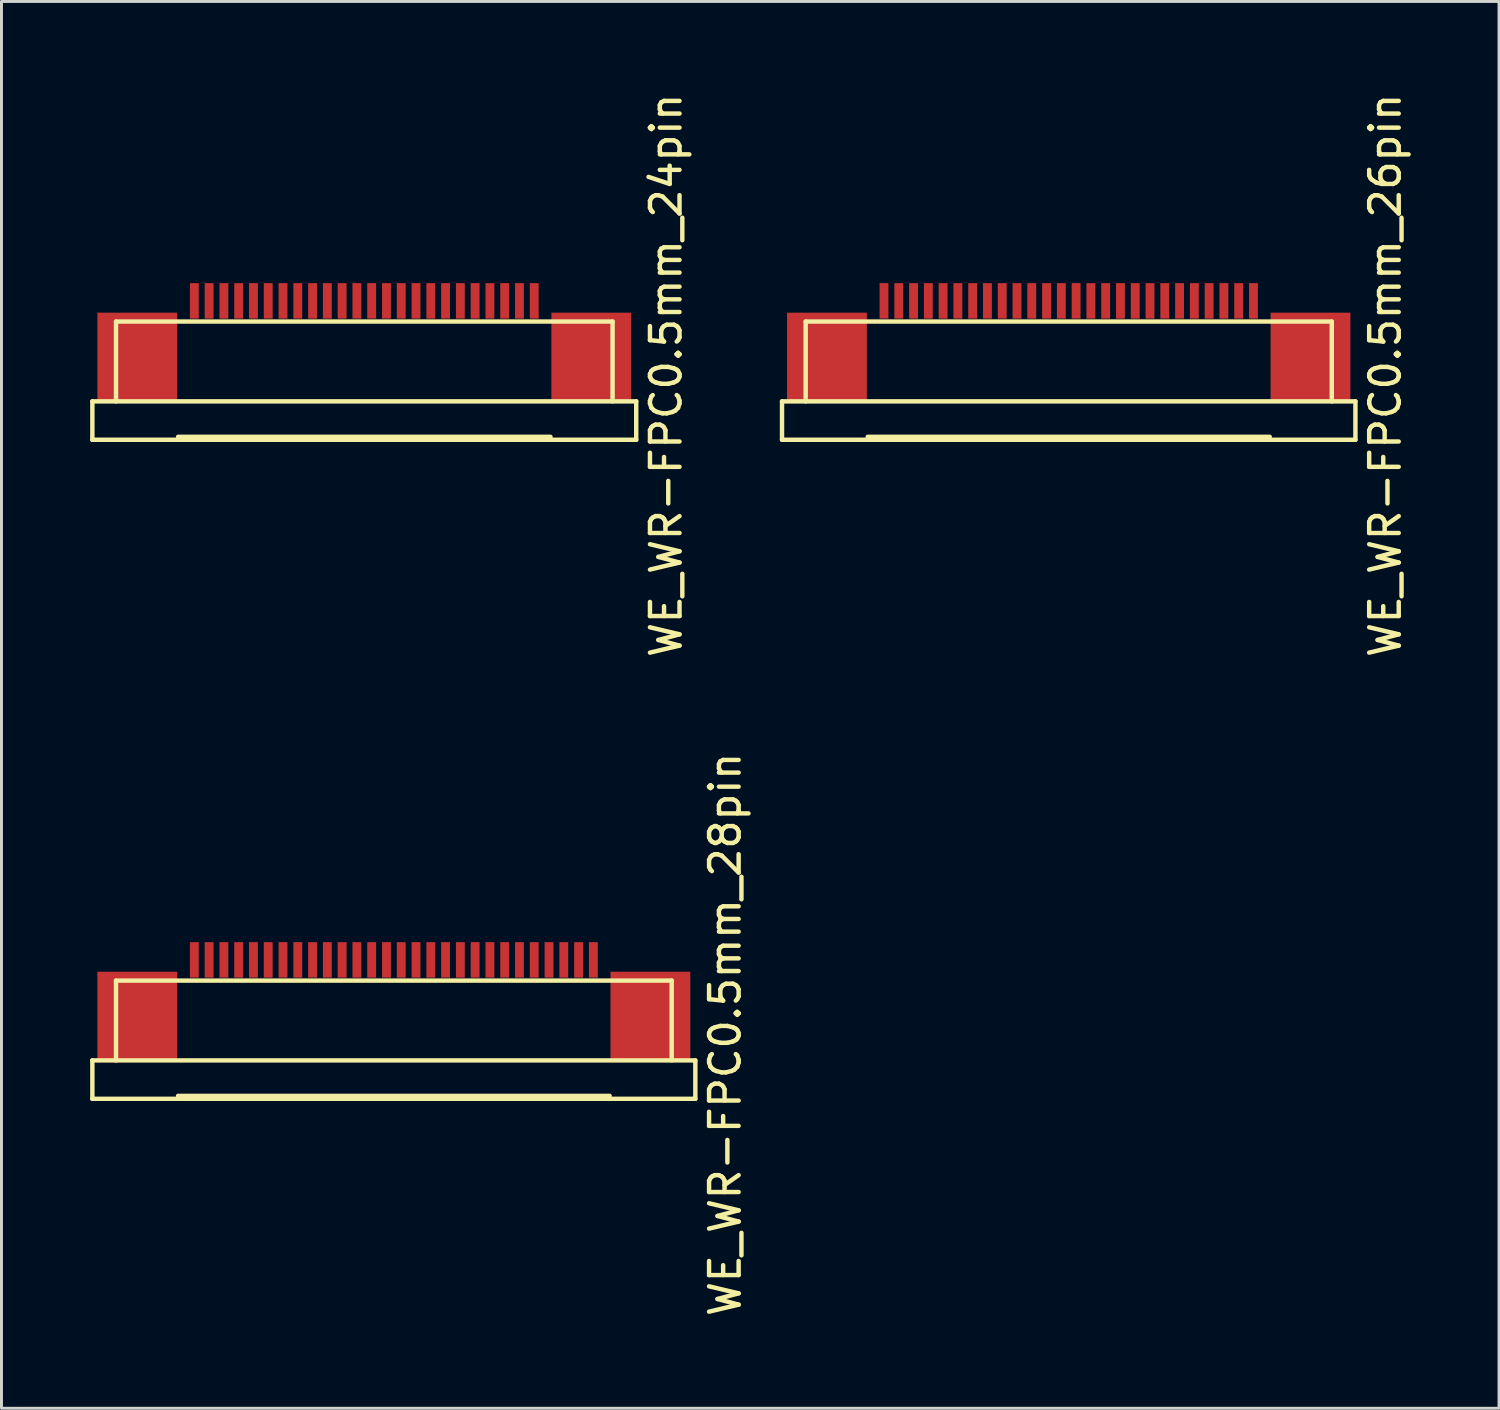
<source format=kicad_pcb>
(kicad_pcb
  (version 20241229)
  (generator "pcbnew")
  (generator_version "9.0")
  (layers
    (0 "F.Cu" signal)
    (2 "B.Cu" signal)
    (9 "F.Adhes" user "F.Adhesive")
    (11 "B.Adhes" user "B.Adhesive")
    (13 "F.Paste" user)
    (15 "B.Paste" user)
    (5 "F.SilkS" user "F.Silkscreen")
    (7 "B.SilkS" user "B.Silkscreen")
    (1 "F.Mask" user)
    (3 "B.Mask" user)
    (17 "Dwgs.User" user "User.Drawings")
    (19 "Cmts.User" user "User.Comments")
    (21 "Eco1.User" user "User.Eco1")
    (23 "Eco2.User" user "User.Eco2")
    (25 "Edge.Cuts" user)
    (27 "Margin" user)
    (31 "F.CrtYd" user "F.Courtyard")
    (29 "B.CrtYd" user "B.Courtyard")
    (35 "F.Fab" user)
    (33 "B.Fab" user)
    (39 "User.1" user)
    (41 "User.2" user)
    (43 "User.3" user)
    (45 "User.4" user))
  (footprint "WE_WR-FPC0.5mm_24pin"
    (layer "F.Cu")
    (at 9.275 7.129)
    (property "Reference" "WE_WR-FPC0.5mm_24pin" (at 10.21 2.52 90) (layer "F.SilkS") (effects (font (size 1 1) (thickness 0.15))))
    (attr through_hole)
    (fp_line (start -9.2 3.4) (end -9.2 4.7) (stroke (width 0.15) (type solid)) (layer "F.SilkS"))
    (fp_line (start -9.2 3.4) (end 9.2 3.4) (stroke (width 0.15) (type solid)) (layer "F.SilkS"))
    (fp_line (start -9.2 4.7) (end 9.2 4.7) (stroke (width 0.15) (type solid)) (layer "F.SilkS"))
    (fp_line (start -8.4 0.7) (end 8.4 0.7) (stroke (width 0.15) (type solid)) (layer "F.SilkS"))
    (fp_line (start -8.4 3.4) (end -8.4 0.7) (stroke (width 0.15) (type solid)) (layer "F.SilkS"))
    (fp_line (start -6.3 4.6) (end 6.3 4.6) (stroke (width 0.15) (type solid)) (layer "F.SilkS"))
    (fp_line (start 8.4 0.7) (end 8.4 3.4) (stroke (width 0.15) (type solid)) (layer "F.SilkS"))
    (fp_line (start 9.2 3.4) (end 9.2 4.7) (stroke (width 0.15) (type solid)) (layer "F.SilkS"))
    (pad "" smd rect (at -7.68 1.9) (size 2.7 3) (layers "F.Cu" "F.Mask" "F.Paste"))
    (pad "" smd rect (at 7.68 1.9) (size 2.7 3) (layers "F.Cu" "F.Mask" "F.Paste"))
    (pad "1" smd rect (at -5.75 0) (size 0.3 1.2) (layers "F.Cu" "F.Mask" "F.Paste"))
    (pad "2" smd rect (at -5.25 0) (size 0.3 1.2) (layers "F.Cu" "F.Mask" "F.Paste"))
    (pad "3" smd rect (at -4.75 0) (size 0.3 1.2) (layers "F.Cu" "F.Mask" "F.Paste"))
    (pad "4" smd rect (at -4.25 0) (size 0.3 1.2) (layers "F.Cu" "F.Mask" "F.Paste"))
    (pad "5" smd rect (at -3.75 0) (size 0.3 1.2) (layers "F.Cu" "F.Mask" "F.Paste"))
    (pad "6" smd rect (at -3.25 0) (size 0.3 1.2) (layers "F.Cu" "F.Mask" "F.Paste"))
    (pad "7" smd rect (at -2.75 0) (size 0.3 1.2) (layers "F.Cu" "F.Mask" "F.Paste"))
    (pad "8" smd rect (at -2.25 0) (size 0.3 1.2) (layers "F.Cu" "F.Mask" "F.Paste"))
    (pad "9" smd rect (at -1.75 0) (size 0.3 1.2) (layers "F.Cu" "F.Mask" "F.Paste"))
    (pad "10" smd rect (at -1.25 0) (size 0.3 1.2) (layers "F.Cu" "F.Mask" "F.Paste"))
    (pad "11" smd rect (at -0.75 0) (size 0.3 1.2) (layers "F.Cu" "F.Mask" "F.Paste"))
    (pad "12" smd rect (at -0.25 0) (size 0.3 1.2) (layers "F.Cu" "F.Mask" "F.Paste"))
    (pad "13" smd rect (at 0.25 0) (size 0.3 1.2) (layers "F.Cu" "F.Mask" "F.Paste"))
    (pad "14" smd rect (at 0.75 0) (size 0.3 1.2) (layers "F.Cu" "F.Mask" "F.Paste"))
    (pad "15" smd rect (at 1.25 0) (size 0.3 1.2) (layers "F.Cu" "F.Mask" "F.Paste"))
    (pad "16" smd rect (at 1.75 0) (size 0.3 1.2) (layers "F.Cu" "F.Mask" "F.Paste"))
    (pad "17" smd rect (at 2.25 0) (size 0.3 1.2) (layers "F.Cu" "F.Mask" "F.Paste"))
    (pad "18" smd rect (at 2.75 0) (size 0.3 1.2) (layers "F.Cu" "F.Mask" "F.Paste"))
    (pad "19" smd rect (at 3.25 0) (size 0.3 1.2) (layers "F.Cu" "F.Mask" "F.Paste"))
    (pad "20" smd rect (at 3.75 0) (size 0.3 1.2) (layers "F.Cu" "F.Mask" "F.Paste"))
    (pad "21" smd rect (at 4.25 0) (size 0.3 1.2) (layers "F.Cu" "F.Mask" "F.Paste"))
    (pad "22" smd rect (at 4.75 0) (size 0.3 1.2) (layers "F.Cu" "F.Mask" "F.Paste"))
    (pad "23" smd rect (at 5.25 0) (size 0.3 1.2) (layers "F.Cu" "F.Mask" "F.Paste"))
    (pad "24" smd rect (at 5.75 0) (size 0.3 1.2) (layers "F.Cu" "F.Mask" "F.Paste")))
  (footprint "WE_WR-FPC0.5mm_26pin"
    (layer "F.Cu")
    (at 33.108 7.129)
    (property "Reference" "WE_WR-FPC0.5mm_26pin" (at 10.71 2.52 90) (layer "F.SilkS") (effects (font (size 1 1) (thickness 0.15))))
    (attr through_hole)
    (fp_line (start -9.7 3.4) (end -9.7 4.7) (stroke (width 0.15) (type solid)) (layer "F.SilkS"))
    (fp_line (start -9.7 3.4) (end 9.7 3.4) (stroke (width 0.15) (type solid)) (layer "F.SilkS"))
    (fp_line (start -9.7 4.7) (end 9.7 4.7) (stroke (width 0.15) (type solid)) (layer "F.SilkS"))
    (fp_line (start -8.9 0.7) (end 8.9 0.7) (stroke (width 0.15) (type solid)) (layer "F.SilkS"))
    (fp_line (start -8.9 3.4) (end -8.9 0.7) (stroke (width 0.15) (type solid)) (layer "F.SilkS"))
    (fp_line (start -6.8 4.6) (end 6.8 4.6) (stroke (width 0.15) (type solid)) (layer "F.SilkS"))
    (fp_line (start 8.9 0.7) (end 8.9 3.4) (stroke (width 0.15) (type solid)) (layer "F.SilkS"))
    (fp_line (start 9.7 3.4) (end 9.7 4.7) (stroke (width 0.15) (type solid)) (layer "F.SilkS"))
    (pad "" smd rect (at -8.18 1.9) (size 2.7 3) (layers "F.Cu" "F.Mask" "F.Paste"))
    (pad "" smd rect (at 8.18 1.9) (size 2.7 3) (layers "F.Cu" "F.Mask" "F.Paste"))
    (pad "1" smd rect (at -6.25 0) (size 0.3 1.2) (layers "F.Cu" "F.Mask" "F.Paste"))
    (pad "2" smd rect (at -5.75 0) (size 0.3 1.2) (layers "F.Cu" "F.Mask" "F.Paste"))
    (pad "3" smd rect (at -5.25 0) (size 0.3 1.2) (layers "F.Cu" "F.Mask" "F.Paste"))
    (pad "4" smd rect (at -4.75 0) (size 0.3 1.2) (layers "F.Cu" "F.Mask" "F.Paste"))
    (pad "5" smd rect (at -4.25 0) (size 0.3 1.2) (layers "F.Cu" "F.Mask" "F.Paste"))
    (pad "6" smd rect (at -3.75 0) (size 0.3 1.2) (layers "F.Cu" "F.Mask" "F.Paste"))
    (pad "7" smd rect (at -3.25 0) (size 0.3 1.2) (layers "F.Cu" "F.Mask" "F.Paste"))
    (pad "8" smd rect (at -2.75 0) (size 0.3 1.2) (layers "F.Cu" "F.Mask" "F.Paste"))
    (pad "9" smd rect (at -2.25 0) (size 0.3 1.2) (layers "F.Cu" "F.Mask" "F.Paste"))
    (pad "10" smd rect (at -1.75 0) (size 0.3 1.2) (layers "F.Cu" "F.Mask" "F.Paste"))
    (pad "11" smd rect (at -1.25 0) (size 0.3 1.2) (layers "F.Cu" "F.Mask" "F.Paste"))
    (pad "12" smd rect (at -0.75 0) (size 0.3 1.2) (layers "F.Cu" "F.Mask" "F.Paste"))
    (pad "13" smd rect (at -0.25 0) (size 0.3 1.2) (layers "F.Cu" "F.Mask" "F.Paste"))
    (pad "14" smd rect (at 0.25 0) (size 0.3 1.2) (layers "F.Cu" "F.Mask" "F.Paste"))
    (pad "15" smd rect (at 0.75 0) (size 0.3 1.2) (layers "F.Cu" "F.Mask" "F.Paste"))
    (pad "16" smd rect (at 1.25 0) (size 0.3 1.2) (layers "F.Cu" "F.Mask" "F.Paste"))
    (pad "17" smd rect (at 1.75 0) (size 0.3 1.2) (layers "F.Cu" "F.Mask" "F.Paste"))
    (pad "18" smd rect (at 2.25 0) (size 0.3 1.2) (layers "F.Cu" "F.Mask" "F.Paste"))
    (pad "19" smd rect (at 2.75 0) (size 0.3 1.2) (layers "F.Cu" "F.Mask" "F.Paste"))
    (pad "20" smd rect (at 3.25 0) (size 0.3 1.2) (layers "F.Cu" "F.Mask" "F.Paste"))
    (pad "21" smd rect (at 3.75 0) (size 0.3 1.2) (layers "F.Cu" "F.Mask" "F.Paste"))
    (pad "22" smd rect (at 4.25 0) (size 0.3 1.2) (layers "F.Cu" "F.Mask" "F.Paste"))
    (pad "23" smd rect (at 4.75 0) (size 0.3 1.2) (layers "F.Cu" "F.Mask" "F.Paste"))
    (pad "24" smd rect (at 5.25 0) (size 0.3 1.2) (layers "F.Cu" "F.Mask" "F.Paste"))
    (pad "25" smd rect (at 5.75 0) (size 0.3 1.2) (layers "F.Cu" "F.Mask" "F.Paste"))
    (pad "26" smd rect (at 6.25 0) (size 0.3 1.2) (layers "F.Cu" "F.Mask" "F.Paste")))
  (footprint "WE_WR-FPC0.5mm_28pin"
    (layer "F.Cu")
    (at 10.275 29.426)
    (property "Reference" "WE_WR-FPC0.5mm_28pin" (at 11.21 2.52 90) (layer "F.SilkS") (effects (font (size 1 1) (thickness 0.15))))
    (attr through_hole)
    (fp_line (start -10.2 3.4) (end -10.2 4.7) (stroke (width 0.15) (type solid)) (layer "F.SilkS"))
    (fp_line (start -10.2 3.4) (end 10.2 3.4) (stroke (width 0.15) (type solid)) (layer "F.SilkS"))
    (fp_line (start -10.2 4.7) (end 10.2 4.7) (stroke (width 0.15) (type solid)) (layer "F.SilkS"))
    (fp_line (start -9.4 0.7) (end 9.4 0.7) (stroke (width 0.15) (type solid)) (layer "F.SilkS"))
    (fp_line (start -9.4 3.4) (end -9.4 0.7) (stroke (width 0.15) (type solid)) (layer "F.SilkS"))
    (fp_line (start -7.3 4.6) (end 7.3 4.6) (stroke (width 0.15) (type solid)) (layer "F.SilkS"))
    (fp_line (start 9.4 0.7) (end 9.4 3.4) (stroke (width 0.15) (type solid)) (layer "F.SilkS"))
    (fp_line (start 10.2 3.4) (end 10.2 4.7) (stroke (width 0.15) (type solid)) (layer "F.SilkS"))
    (pad "" smd rect (at -8.68 1.9) (size 2.7 3) (layers "F.Cu" "F.Mask" "F.Paste"))
    (pad "" smd rect (at 8.68 1.9) (size 2.7 3) (layers "F.Cu" "F.Mask" "F.Paste"))
    (pad "1" smd rect (at -6.75 0) (size 0.3 1.2) (layers "F.Cu" "F.Mask" "F.Paste"))
    (pad "2" smd rect (at -6.25 0) (size 0.3 1.2) (layers "F.Cu" "F.Mask" "F.Paste"))
    (pad "3" smd rect (at -5.75 0) (size 0.3 1.2) (layers "F.Cu" "F.Mask" "F.Paste"))
    (pad "4" smd rect (at -5.25 0) (size 0.3 1.2) (layers "F.Cu" "F.Mask" "F.Paste"))
    (pad "5" smd rect (at -4.75 0) (size 0.3 1.2) (layers "F.Cu" "F.Mask" "F.Paste"))
    (pad "6" smd rect (at -4.25 0) (size 0.3 1.2) (layers "F.Cu" "F.Mask" "F.Paste"))
    (pad "7" smd rect (at -3.75 0) (size 0.3 1.2) (layers "F.Cu" "F.Mask" "F.Paste"))
    (pad "8" smd rect (at -3.25 0) (size 0.3 1.2) (layers "F.Cu" "F.Mask" "F.Paste"))
    (pad "9" smd rect (at -2.75 0) (size 0.3 1.2) (layers "F.Cu" "F.Mask" "F.Paste"))
    (pad "10" smd rect (at -2.25 0) (size 0.3 1.2) (layers "F.Cu" "F.Mask" "F.Paste"))
    (pad "11" smd rect (at -1.75 0) (size 0.3 1.2) (layers "F.Cu" "F.Mask" "F.Paste"))
    (pad "12" smd rect (at -1.25 0) (size 0.3 1.2) (layers "F.Cu" "F.Mask" "F.Paste"))
    (pad "13" smd rect (at -0.75 0) (size 0.3 1.2) (layers "F.Cu" "F.Mask" "F.Paste"))
    (pad "14" smd rect (at -0.25 0) (size 0.3 1.2) (layers "F.Cu" "F.Mask" "F.Paste"))
    (pad "15" smd rect (at 0.25 0) (size 0.3 1.2) (layers "F.Cu" "F.Mask" "F.Paste"))
    (pad "16" smd rect (at 0.75 0) (size 0.3 1.2) (layers "F.Cu" "F.Mask" "F.Paste"))
    (pad "17" smd rect (at 1.25 0) (size 0.3 1.2) (layers "F.Cu" "F.Mask" "F.Paste"))
    (pad "18" smd rect (at 1.75 0) (size 0.3 1.2) (layers "F.Cu" "F.Mask" "F.Paste"))
    (pad "19" smd rect (at 2.25 0) (size 0.3 1.2) (layers "F.Cu" "F.Mask" "F.Paste"))
    (pad "20" smd rect (at 2.75 0) (size 0.3 1.2) (layers "F.Cu" "F.Mask" "F.Paste"))
    (pad "21" smd rect (at 3.25 0) (size 0.3 1.2) (layers "F.Cu" "F.Mask" "F.Paste"))
    (pad "22" smd rect (at 3.75 0) (size 0.3 1.2) (layers "F.Cu" "F.Mask" "F.Paste"))
    (pad "23" smd rect (at 4.25 0) (size 0.3 1.2) (layers "F.Cu" "F.Mask" "F.Paste"))
    (pad "24" smd rect (at 4.75 0) (size 0.3 1.2) (layers "F.Cu" "F.Mask" "F.Paste"))
    (pad "25" smd rect (at 5.25 0) (size 0.3 1.2) (layers "F.Cu" "F.Mask" "F.Paste"))
    (pad "26" smd rect (at 5.75 0) (size 0.3 1.2) (layers "F.Cu" "F.Mask" "F.Paste"))
    (pad "27" smd rect (at 6.25 0) (size 0.3 1.2) (layers "F.Cu" "F.Mask" "F.Paste"))
    (pad "28" smd rect (at 6.75 0) (size 0.3 1.2) (layers "F.Cu" "F.Mask" "F.Paste")))
  (gr_rect
    (start -3 -3)
    (end 47.666 44.595)
    (stroke (width 0.1) (type default))
    (fill no)
    (layer "Edge.Cuts")))
</source>
